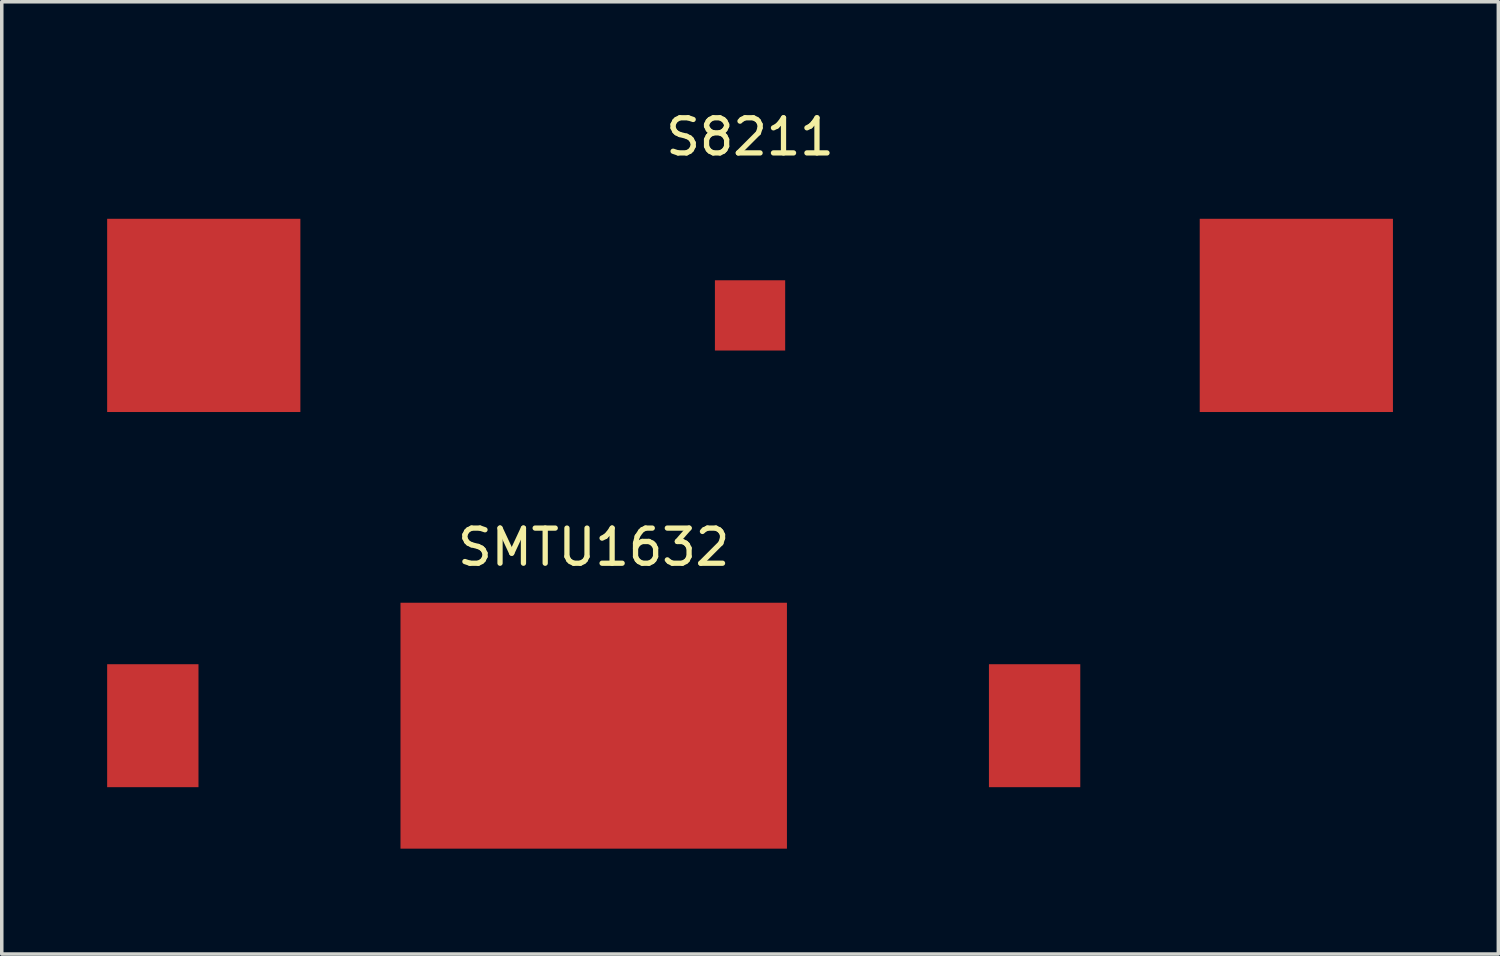
<source format=kicad_pcb>
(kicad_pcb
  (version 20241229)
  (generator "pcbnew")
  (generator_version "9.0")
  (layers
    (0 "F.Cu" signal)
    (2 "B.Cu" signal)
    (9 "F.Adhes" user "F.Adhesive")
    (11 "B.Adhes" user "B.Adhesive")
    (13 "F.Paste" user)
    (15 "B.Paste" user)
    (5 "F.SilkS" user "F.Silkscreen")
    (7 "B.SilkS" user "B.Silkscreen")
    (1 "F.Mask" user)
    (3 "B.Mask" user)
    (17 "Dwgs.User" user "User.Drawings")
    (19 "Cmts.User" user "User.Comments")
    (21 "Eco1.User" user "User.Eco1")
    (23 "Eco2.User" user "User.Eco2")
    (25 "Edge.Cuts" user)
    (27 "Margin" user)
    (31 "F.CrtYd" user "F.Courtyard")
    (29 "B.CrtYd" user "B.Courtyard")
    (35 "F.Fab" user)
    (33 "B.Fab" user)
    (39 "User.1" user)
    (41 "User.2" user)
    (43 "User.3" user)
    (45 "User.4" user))
  (footprint "S8211"
    (layer "F.Cu")
    (at 18.3 5.928)
    (property "Reference" "S8211" (at 0 -5.08 0) (layer "F.SilkS") (effects (font (size 1 1) (thickness 0.15))))
    (attr through_hole)
    (pad "1" smd rect (at 15.55 0) (size 5.5 5.5) (layers "F.Cu" "F.Mask" "F.Paste"))
    (pad "2" smd rect (at -15.55 0) (size 5.5 5.5) (layers "F.Cu" "F.Mask" "F.Paste"))
    (pad "3" smd rect (at 0 0) (size 2 2) (layers "F.Cu" "F.Mask" "F.Paste")))
  (footprint "SMTU1632"
    (layer "F.Cu")
    (at 13.85 17.607)
    (property "Reference" "SMTU1632" (at 0 -5.08 0) (layer "F.SilkS") (effects (font (size 1 1) (thickness 0.15))))
    (attr through_hole)
    (pad "1" smd rect (at 12.55 0) (size 2.6 3.5) (layers "F.Cu" "F.Mask" "F.Paste"))
    (pad "2" smd rect (at -12.55 0) (size 2.6 3.5) (layers "F.Cu" "F.Mask" "F.Paste"))
    (pad "3" smd rect (at 0 0) (size 11 7) (layers "F.Cu" "F.Mask" "F.Paste")))
  (gr_rect
    (start -3 -3)
    (end 39.6 24.107)
    (stroke (width 0.1) (type default))
    (fill no)
    (layer "Edge.Cuts")))
</source>
